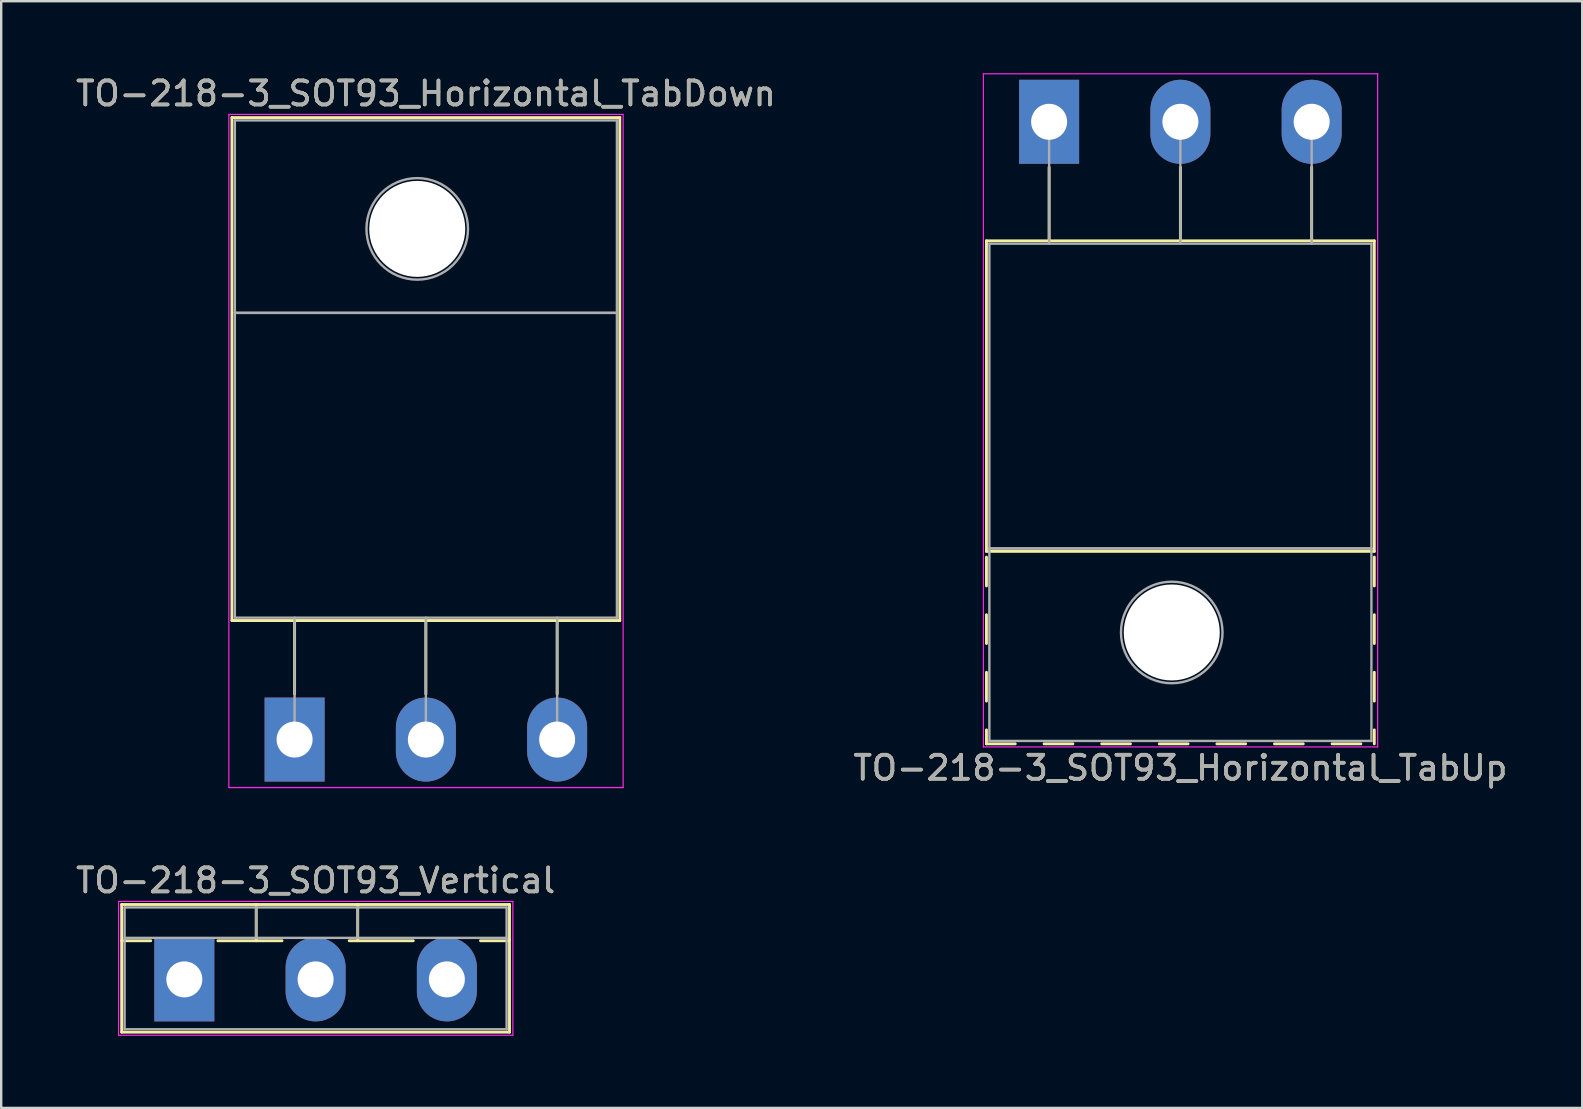
<source format=kicad_pcb>
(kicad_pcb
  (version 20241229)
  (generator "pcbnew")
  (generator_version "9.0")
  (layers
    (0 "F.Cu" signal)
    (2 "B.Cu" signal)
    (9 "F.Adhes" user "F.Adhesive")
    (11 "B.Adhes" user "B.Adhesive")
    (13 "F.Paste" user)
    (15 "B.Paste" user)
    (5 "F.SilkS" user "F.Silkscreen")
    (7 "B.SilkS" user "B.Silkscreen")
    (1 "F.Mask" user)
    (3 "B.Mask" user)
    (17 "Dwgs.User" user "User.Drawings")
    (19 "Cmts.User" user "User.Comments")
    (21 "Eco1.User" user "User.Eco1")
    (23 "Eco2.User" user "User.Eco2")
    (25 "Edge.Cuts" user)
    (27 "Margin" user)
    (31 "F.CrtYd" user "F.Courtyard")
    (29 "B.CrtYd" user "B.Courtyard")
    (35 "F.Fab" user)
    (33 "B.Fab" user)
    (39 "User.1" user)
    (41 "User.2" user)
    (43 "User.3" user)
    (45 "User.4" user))
  (footprint "TO-218-3_SOT93_Horizontal_TabUp"
    (layer "F.Cu")
    (at 40.667 2.025)
    (property "Reference" "TO-218-3_SOT93_Horizontal_TabUp" (at 5.47 26.92 0) (layer "F.SilkS") (effects (font (size 1 1) (thickness 0.15))))
    (attr through_hole)
    (fp_line (start -2.611 4.96) (end -2.611 17.9) (stroke (width 0.12) (type solid)) (layer "F.SilkS"))
    (fp_line (start -2.611 4.96) (end 13.55 4.96) (stroke (width 0.12) (type solid)) (layer "F.SilkS"))
    (fp_line (start -2.611 17.9) (end 13.55 17.9) (stroke (width 0.12) (type solid)) (layer "F.SilkS"))
    (fp_line (start -2.611 18.14) (end -2.611 19.34) (stroke (width 0.12) (type solid)) (layer "F.SilkS"))
    (fp_line (start -2.611 20.54) (end -2.611 21.74) (stroke (width 0.12) (type solid)) (layer "F.SilkS"))
    (fp_line (start -2.611 22.94) (end -2.611 24.14) (stroke (width 0.12) (type solid)) (layer "F.SilkS"))
    (fp_line (start -2.611 25.34) (end -2.611 25.92) (stroke (width 0.12) (type solid)) (layer "F.SilkS"))
    (fp_line (start -2.611 25.92) (end -1.411 25.92) (stroke (width 0.12) (type solid)) (layer "F.SilkS"))
    (fp_line (start -0.211 25.92) (end 0.99 25.92) (stroke (width 0.12) (type solid)) (layer "F.SilkS"))
    (fp_line (start 0 1.9) (end 0 4.96) (stroke (width 0.12) (type solid)) (layer "F.SilkS"))
    (fp_line (start 2.19 25.92) (end 3.39 25.92) (stroke (width 0.12) (type solid)) (layer "F.SilkS"))
    (fp_line (start 4.59 25.92) (end 5.79 25.92) (stroke (width 0.12) (type solid)) (layer "F.SilkS"))
    (fp_line (start 5.47 1.9) (end 5.47 4.96) (stroke (width 0.12) (type solid)) (layer "F.SilkS"))
    (fp_line (start 6.99 25.92) (end 8.19 25.92) (stroke (width 0.12) (type solid)) (layer "F.SilkS"))
    (fp_line (start 9.39 25.92) (end 10.59 25.92) (stroke (width 0.12) (type solid)) (layer "F.SilkS"))
    (fp_line (start 10.94 1.9) (end 10.94 4.96) (stroke (width 0.12) (type solid)) (layer "F.SilkS"))
    (fp_line (start 11.79 25.92) (end 12.99 25.92) (stroke (width 0.12) (type solid)) (layer "F.SilkS"))
    (fp_line (start 13.55 4.96) (end 13.55 17.9) (stroke (width 0.12) (type solid)) (layer "F.SilkS"))
    (fp_line (start 13.55 18.14) (end 13.55 19.34) (stroke (width 0.12) (type solid)) (layer "F.SilkS"))
    (fp_line (start 13.55 20.54) (end 13.55 21.74) (stroke (width 0.12) (type solid)) (layer "F.SilkS"))
    (fp_line (start 13.55 22.94) (end 13.55 24.14) (stroke (width 0.12) (type solid)) (layer "F.SilkS"))
    (fp_line (start 13.55 25.34) (end 13.55 25.92) (stroke (width 0.12) (type solid)) (layer "F.SilkS"))
    (fp_line (start -2.74 -2) (end -2.74 26.05) (stroke (width 0.05) (type solid)) (layer "F.CrtYd"))
    (fp_line (start -2.74 26.05) (end 13.69 26.05) (stroke (width 0.05) (type solid)) (layer "F.CrtYd"))
    (fp_line (start 13.69 -2) (end -2.74 -2) (stroke (width 0.05) (type solid)) (layer "F.CrtYd"))
    (fp_line (start 13.69 26.05) (end 13.69 -2) (stroke (width 0.05) (type solid)) (layer "F.CrtYd"))
    (fp_line (start -2.49 5.08) (end -2.49 17.78) (stroke (width 0.1) (type solid)) (layer "F.Fab"))
    (fp_line (start -2.49 17.78) (end -2.49 25.8) (stroke (width 0.1) (type solid)) (layer "F.Fab"))
    (fp_line (start -2.49 17.78) (end 13.43 17.78) (stroke (width 0.1) (type solid)) (layer "F.Fab"))
    (fp_line (start -2.49 25.8) (end 13.43 25.8) (stroke (width 0.1) (type solid)) (layer "F.Fab"))
    (fp_line (start 0 5.08) (end 0 0) (stroke (width 0.1) (type solid)) (layer "F.Fab"))
    (fp_line (start 5.47 5.08) (end 5.47 0) (stroke (width 0.1) (type solid)) (layer "F.Fab"))
    (fp_line (start 10.94 5.08) (end 10.94 0) (stroke (width 0.1) (type solid)) (layer "F.Fab"))
    (fp_line (start 13.43 5.08) (end -2.49 5.08) (stroke (width 0.1) (type solid)) (layer "F.Fab"))
    (fp_line (start 13.43 17.78) (end -2.49 17.78) (stroke (width 0.1) (type solid)) (layer "F.Fab"))
    (fp_line (start 13.43 17.78) (end 13.43 5.08) (stroke (width 0.1) (type solid)) (layer "F.Fab"))
    (fp_line (start 13.43 25.8) (end 13.43 17.78) (stroke (width 0.1) (type solid)) (layer "F.Fab"))
    (fp_circle (center 5.11 21.28) (end 7.225 21.28) (stroke (width 0.1) (type solid)) (fill no) (layer "F.Fab"))
    (fp_text user "${REFERENCE}" (at 5.47 26.92 0) (layer "F.Fab") (effects (font (size 1 1) (thickness 0.15))))
    (pad "" np_thru_hole oval (at 5.11 21.28) (size 4 4) (drill 4) (layers "*.Cu" "*.Mask"))
    (pad "1" thru_hole rect (at 0 0) (size 2.5 3.5) (drill 1.5) (layers "*.Cu" "*.Mask"))
    (pad "2" thru_hole oval (at 5.47 0) (size 2.5 3.5) (drill 1.5) (layers "*.Cu" "*.Mask"))
    (pad "3" thru_hole oval (at 10.94 0) (size 2.5 3.5) (drill 1.5) (layers "*.Cu" "*.Mask")))
  (footprint "TO-218-3_SOT93_Vertical"
    (layer "F.Cu")
    (at 4.631 37.761)
    (property "Reference" "TO-218-3_SOT93_Vertical" (at 5.47 -4.12 0) (layer "F.SilkS") (effects (font (size 1 1) (thickness 0.15))))
    (attr through_hole)
    (fp_line (start -2.611 -3.12) (end -2.611 2.2) (stroke (width 0.12) (type solid)) (layer "F.SilkS"))
    (fp_line (start -2.611 -3.12) (end 13.55 -3.12) (stroke (width 0.12) (type solid)) (layer "F.SilkS"))
    (fp_line (start -2.611 -1.61) (end -1.4 -1.61) (stroke (width 0.12) (type solid)) (layer "F.SilkS"))
    (fp_line (start -2.611 2.2) (end 13.55 2.2) (stroke (width 0.12) (type solid)) (layer "F.SilkS"))
    (fp_line (start 1.4 -1.61) (end 4.07 -1.61) (stroke (width 0.12) (type solid)) (layer "F.SilkS"))
    (fp_line (start 2.995 -3.12) (end 2.995 -1.61) (stroke (width 0.12) (type solid)) (layer "F.SilkS"))
    (fp_line (start 6.87 -1.61) (end 9.54 -1.61) (stroke (width 0.12) (type solid)) (layer "F.SilkS"))
    (fp_line (start 7.225 -3.12) (end 7.225 -1.61) (stroke (width 0.12) (type solid)) (layer "F.SilkS"))
    (fp_line (start 12.34 -1.61) (end 13.55 -1.61) (stroke (width 0.12) (type solid)) (layer "F.SilkS"))
    (fp_line (start 13.55 -3.12) (end 13.55 2.2) (stroke (width 0.12) (type solid)) (layer "F.SilkS"))
    (fp_line (start -2.74 -3.25) (end -2.74 2.33) (stroke (width 0.05) (type solid)) (layer "F.CrtYd"))
    (fp_line (start -2.74 2.33) (end 13.69 2.33) (stroke (width 0.05) (type solid)) (layer "F.CrtYd"))
    (fp_line (start 13.69 -3.25) (end -2.74 -3.25) (stroke (width 0.05) (type solid)) (layer "F.CrtYd"))
    (fp_line (start 13.69 2.33) (end 13.69 -3.25) (stroke (width 0.05) (type solid)) (layer "F.CrtYd"))
    (fp_line (start -2.49 -3) (end -2.49 2.08) (stroke (width 0.1) (type solid)) (layer "F.Fab"))
    (fp_line (start -2.49 -1.73) (end 13.43 -1.73) (stroke (width 0.1) (type solid)) (layer "F.Fab"))
    (fp_line (start -2.49 2.08) (end 13.43 2.08) (stroke (width 0.1) (type solid)) (layer "F.Fab"))
    (fp_line (start 2.995 -3) (end 2.995 -1.73) (stroke (width 0.1) (type solid)) (layer "F.Fab"))
    (fp_line (start 7.225 -3) (end 7.225 -1.73) (stroke (width 0.1) (type solid)) (layer "F.Fab"))
    (fp_line (start 13.43 -3) (end -2.49 -3) (stroke (width 0.1) (type solid)) (layer "F.Fab"))
    (fp_line (start 13.43 2.08) (end 13.43 -3) (stroke (width 0.1) (type solid)) (layer "F.Fab"))
    (fp_text user "${REFERENCE}" (at 5.47 -4.12 0) (layer "F.Fab") (effects (font (size 1 1) (thickness 0.15))))
    (pad "1" thru_hole rect (at 0 0) (size 2.5 3.5) (drill 1.5) (layers "*.Cu" "*.Mask"))
    (pad "2" thru_hole oval (at 5.47 0) (size 2.5 3.5) (drill 1.5) (layers "*.Cu" "*.Mask"))
    (pad "3" thru_hole oval (at 10.94 0) (size 2.5 3.5) (drill 1.5) (layers "*.Cu" "*.Mask")))
  (footprint "TO-218-3_SOT93_Horizontal_TabDown"
    (layer "F.Cu")
    (at 9.226 27.768)
    (property "Reference" "TO-218-3_SOT93_Horizontal_TabDown" (at 5.47 -26.92 0) (layer "F.SilkS") (effects (font (size 1 1) (thickness 0.15))))
    (attr through_hole)
    (fp_line (start -2.611 -25.92) (end -2.611 -4.96) (stroke (width 0.12) (type solid)) (layer "F.SilkS"))
    (fp_line (start -2.611 -25.92) (end 13.55 -25.92) (stroke (width 0.12) (type solid)) (layer "F.SilkS"))
    (fp_line (start -2.611 -4.96) (end 13.55 -4.96) (stroke (width 0.12) (type solid)) (layer "F.SilkS"))
    (fp_line (start 0 -4.96) (end 0 -1.9) (stroke (width 0.12) (type solid)) (layer "F.SilkS"))
    (fp_line (start 5.47 -4.96) (end 5.47 -1.9) (stroke (width 0.12) (type solid)) (layer "F.SilkS"))
    (fp_line (start 10.94 -4.96) (end 10.94 -1.9) (stroke (width 0.12) (type solid)) (layer "F.SilkS"))
    (fp_line (start 13.55 -25.92) (end 13.55 -4.96) (stroke (width 0.12) (type solid)) (layer "F.SilkS"))
    (fp_line (start -2.74 -26.05) (end -2.74 2) (stroke (width 0.05) (type solid)) (layer "F.CrtYd"))
    (fp_line (start -2.74 2) (end 13.69 2) (stroke (width 0.05) (type solid)) (layer "F.CrtYd"))
    (fp_line (start 13.69 -26.05) (end -2.74 -26.05) (stroke (width 0.05) (type solid)) (layer "F.CrtYd"))
    (fp_line (start 13.69 2) (end 13.69 -26.05) (stroke (width 0.05) (type solid)) (layer "F.CrtYd"))
    (fp_line (start -2.49 -25.8) (end 13.43 -25.8) (stroke (width 0.1) (type solid)) (layer "F.Fab"))
    (fp_line (start -2.49 -17.78) (end -2.49 -25.8) (stroke (width 0.1) (type solid)) (layer "F.Fab"))
    (fp_line (start -2.49 -17.78) (end 13.43 -17.78) (stroke (width 0.1) (type solid)) (layer "F.Fab"))
    (fp_line (start -2.49 -5.08) (end -2.49 -17.78) (stroke (width 0.1) (type solid)) (layer "F.Fab"))
    (fp_line (start 0 -5.08) (end 0 0) (stroke (width 0.1) (type solid)) (layer "F.Fab"))
    (fp_line (start 5.47 -5.08) (end 5.47 0) (stroke (width 0.1) (type solid)) (layer "F.Fab"))
    (fp_line (start 10.94 -5.08) (end 10.94 0) (stroke (width 0.1) (type solid)) (layer "F.Fab"))
    (fp_line (start 13.43 -25.8) (end 13.43 -17.78) (stroke (width 0.1) (type solid)) (layer "F.Fab"))
    (fp_line (start 13.43 -17.78) (end -2.49 -17.78) (stroke (width 0.1) (type solid)) (layer "F.Fab"))
    (fp_line (start 13.43 -17.78) (end 13.43 -5.08) (stroke (width 0.1) (type solid)) (layer "F.Fab"))
    (fp_line (start 13.43 -5.08) (end -2.49 -5.08) (stroke (width 0.1) (type solid)) (layer "F.Fab"))
    (fp_circle (center 5.11 -21.28) (end 7.225 -21.28) (stroke (width 0.1) (type solid)) (fill no) (layer "F.Fab"))
    (fp_text user "${REFERENCE}" (at 5.47 -26.92 0) (layer "F.Fab") (effects (font (size 1 1) (thickness 0.15))))
    (pad "" np_thru_hole oval (at 5.11 -21.28) (size 4 4) (drill 4) (layers "*.Cu" "*.Mask"))
    (pad "1" thru_hole rect (at 0 0) (size 2.5 3.5) (drill 1.5) (layers "*.Cu" "*.Mask"))
    (pad "2" thru_hole oval (at 5.47 0) (size 2.5 3.5) (drill 1.5) (layers "*.Cu" "*.Mask"))
    (pad "3" thru_hole oval (at 10.94 0) (size 2.5 3.5) (drill 1.5) (layers "*.Cu" "*.Mask")))
  (gr_rect
    (start -3 -3)
    (end 62.881 43.117)
    (stroke (width 0.1) (type default))
    (fill no)
    (layer "Edge.Cuts")))
</source>
